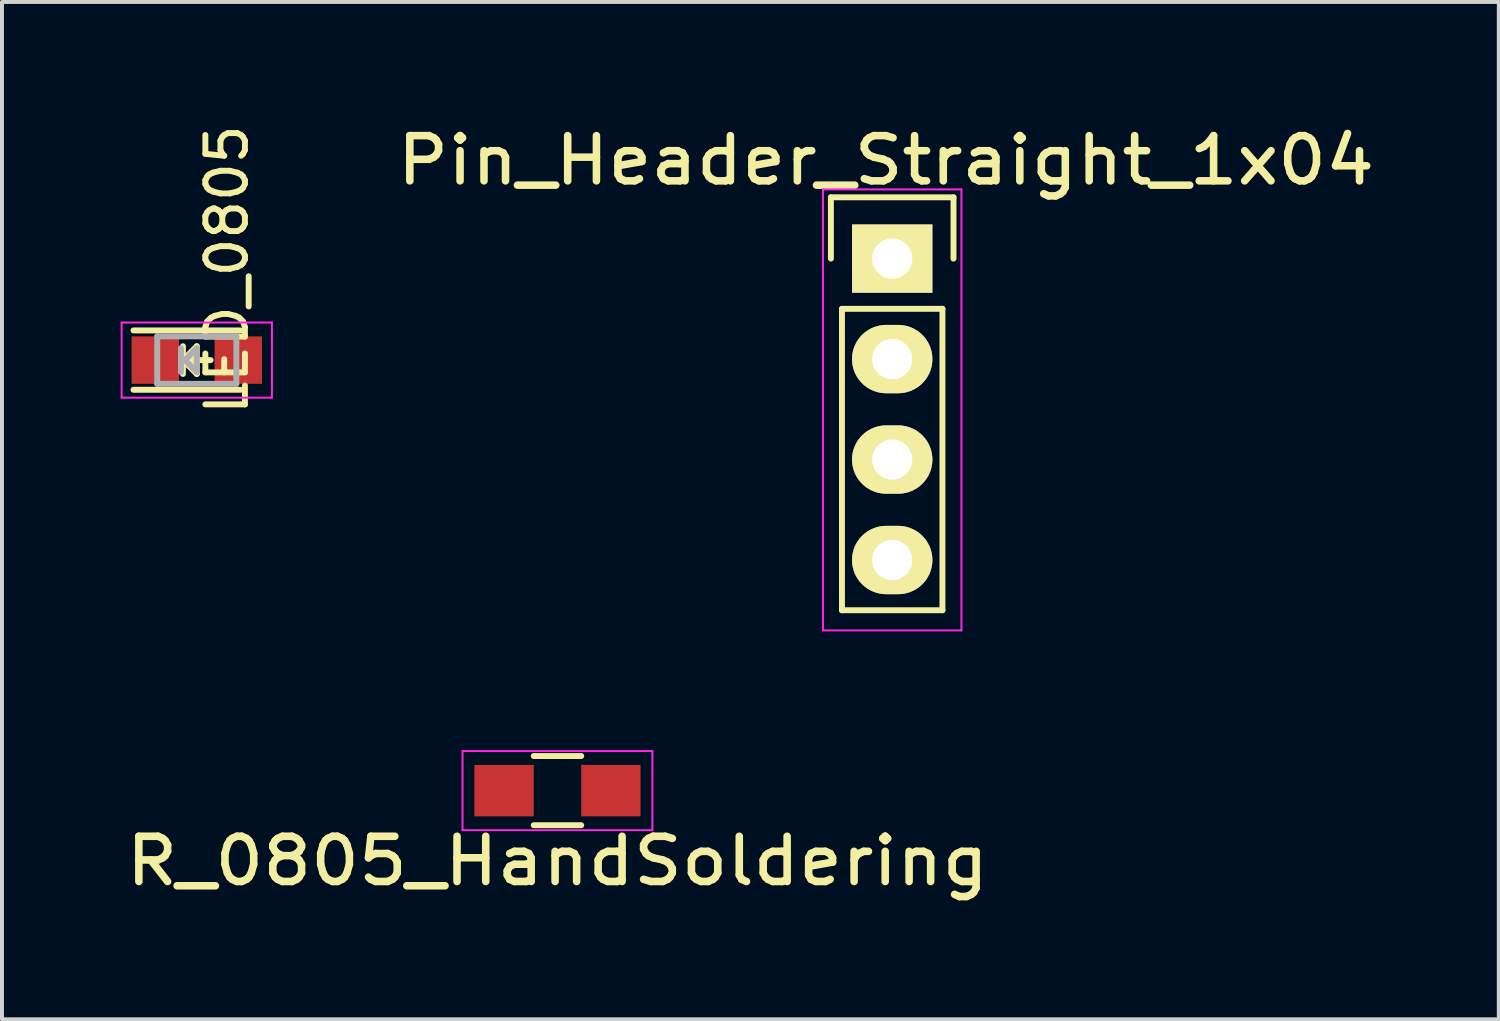
<source format=kicad_pcb>
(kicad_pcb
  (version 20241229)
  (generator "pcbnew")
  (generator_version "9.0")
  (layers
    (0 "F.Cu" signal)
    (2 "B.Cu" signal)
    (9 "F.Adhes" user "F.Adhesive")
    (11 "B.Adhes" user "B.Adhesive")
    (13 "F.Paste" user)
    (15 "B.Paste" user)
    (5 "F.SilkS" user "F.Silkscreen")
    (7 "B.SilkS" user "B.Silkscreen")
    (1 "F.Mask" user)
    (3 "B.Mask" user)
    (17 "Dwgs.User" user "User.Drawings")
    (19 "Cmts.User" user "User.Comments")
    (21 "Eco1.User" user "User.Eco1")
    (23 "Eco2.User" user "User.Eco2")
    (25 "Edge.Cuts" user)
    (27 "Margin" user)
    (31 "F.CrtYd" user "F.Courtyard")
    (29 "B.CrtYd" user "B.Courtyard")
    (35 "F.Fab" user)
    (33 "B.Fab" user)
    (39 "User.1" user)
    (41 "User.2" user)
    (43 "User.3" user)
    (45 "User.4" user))
  (footprint "LED_0805"
    (layer "F.Cu")
    (at 1.925 6.054)
    (property "Reference" "LED_0805" (at 0.762 -2.286 90) (layer "F.SilkS") (effects (font (size 1 1) (thickness 0.15))))
    (attr smd)
    (fp_line (start -1.6 -0.75) (end 1.1 -0.75) (stroke (width 0.15) (type solid)) (layer "F.SilkS"))
    (fp_line (start -1.6 0.75) (end 1.1 0.75) (stroke (width 0.15) (type solid)) (layer "F.SilkS"))
    (fp_line (start -0.35 -0.35) (end -0.35 0.35) (stroke (width 0.15) (type solid)) (layer "F.SilkS"))
    (fp_line (start -0.35 0) (end 0 -0.35) (stroke (width 0.15) (type solid)) (layer "F.SilkS"))
    (fp_line (start -0.1 -0.1) (end -0.25 0.05) (stroke (width 0.15) (type solid)) (layer "F.SilkS"))
    (fp_line (start -0.1 0.15) (end -0.1 -0.1) (stroke (width 0.15) (type solid)) (layer "F.SilkS"))
    (fp_line (start 0 -0.35) (end 0 0.35) (stroke (width 0.15) (type solid)) (layer "F.SilkS"))
    (fp_line (start 0 0) (end 0.35 0) (stroke (width 0.15) (type solid)) (layer "F.SilkS"))
    (fp_line (start 0 0.35) (end -0.35 0) (stroke (width 0.15) (type solid)) (layer "F.SilkS"))
    (fp_line (start -1.9 -0.95) (end 1.9 -0.95) (stroke (width 0.05) (type solid)) (layer "F.CrtYd"))
    (fp_line (start -1.9 0.95) (end -1.9 -0.95) (stroke (width 0.05) (type solid)) (layer "F.CrtYd"))
    (fp_line (start 1.9 -0.95) (end 1.9 0.95) (stroke (width 0.05) (type solid)) (layer "F.CrtYd"))
    (fp_line (start 1.9 0.95) (end -1.9 0.95) (stroke (width 0.05) (type solid)) (layer "F.CrtYd"))
    (fp_line (start -1 -0.6) (end -1 0.6) (stroke (width 0.15) (type solid)) (layer "F.Fab"))
    (fp_line (start -1 0.6) (end 1 0.6) (stroke (width 0.15) (type solid)) (layer "F.Fab"))
    (fp_line (start -0.4 -0.3) (end -0.4 0.3) (stroke (width 0.15) (type solid)) (layer "F.Fab"))
    (fp_line (start -0.3 0) (end 0 -0.3) (stroke (width 0.15) (type solid)) (layer "F.Fab"))
    (fp_line (start 0 -0.3) (end 0 0.3) (stroke (width 0.15) (type solid)) (layer "F.Fab"))
    (fp_line (start 0 0.3) (end -0.3 0) (stroke (width 0.15) (type solid)) (layer "F.Fab"))
    (fp_line (start 1 -0.6) (end -1 -0.6) (stroke (width 0.15) (type solid)) (layer "F.Fab"))
    (fp_line (start 1 0.6) (end 1 -0.6) (stroke (width 0.15) (type solid)) (layer "F.Fab"))
    (pad "1" smd rect (at -1.049 0 180) (size 1.199 1.199) (layers "F.Cu" "F.Mask"))
    (pad "2" smd rect (at 1.049 0 180) (size 1.199 1.199) (layers "F.Cu" "F.Mask")))
  (footprint "Pin_Header_Straight_1x04"
    (layer "F.Cu")
    (at 19.506 3.488)
    (property "Reference" "Pin_Header_Straight_1x04" (at -0.16 -2.485 0) (layer "F.SilkS") (effects (font (size 1.143 1.27) (thickness 0.191))))
    (attr through_hole)
    (fp_line (start -1.55 -1.55) (end 1.55 -1.55) (stroke (width 0.15) (type solid)) (layer "F.SilkS"))
    (fp_line (start -1.55 0) (end -1.55 -1.55) (stroke (width 0.15) (type solid)) (layer "F.SilkS"))
    (fp_line (start -1.27 1.27) (end -1.27 8.89) (stroke (width 0.15) (type solid)) (layer "F.SilkS"))
    (fp_line (start -1.27 8.89) (end 1.27 8.89) (stroke (width 0.15) (type solid)) (layer "F.SilkS"))
    (fp_line (start 1.27 1.27) (end -1.27 1.27) (stroke (width 0.15) (type solid)) (layer "F.SilkS"))
    (fp_line (start 1.27 1.27) (end 1.27 8.89) (stroke (width 0.15) (type solid)) (layer "F.SilkS"))
    (fp_line (start 1.55 -1.55) (end 1.55 0) (stroke (width 0.15) (type solid)) (layer "F.SilkS"))
    (fp_line (start -1.75 -1.75) (end -1.75 9.4) (stroke (width 0.05) (type solid)) (layer "F.CrtYd"))
    (fp_line (start -1.75 -1.75) (end 1.75 -1.75) (stroke (width 0.05) (type solid)) (layer "F.CrtYd"))
    (fp_line (start -1.75 9.4) (end 1.75 9.4) (stroke (width 0.05) (type solid)) (layer "F.CrtYd"))
    (fp_line (start 1.75 -1.75) (end 1.75 9.4) (stroke (width 0.05) (type solid)) (layer "F.CrtYd"))
    (pad "1" thru_hole rect (at 0 0) (size 2.032 1.727) (drill 1.016) (layers "*.Cu" "*.Mask" "F.SilkS"))
    (pad "2" thru_hole oval (at 0 2.54) (size 2.032 1.727) (drill 1.016) (layers "*.Cu" "*.Mask" "F.SilkS"))
    (pad "3" thru_hole oval (at 0 5.08) (size 2.032 1.727) (drill 1.016) (layers "*.Cu" "*.Mask" "F.SilkS"))
    (pad "4" thru_hole oval (at 0 7.62) (size 2.032 1.727) (drill 1.016) (layers "*.Cu" "*.Mask" "F.SilkS")))
  (footprint "R_0805_HandSoldering"
    (layer "F.Cu")
    (at 11.044 16.938)
    (property "Reference" "R_0805_HandSoldering" (at 0 1.778 0) (layer "F.SilkS") (effects (font (size 1.143 1.27) (thickness 0.191))))
    (attr smd)
    (fp_line (start -0.6 -0.875) (end 0.6 -0.875) (stroke (width 0.15) (type solid)) (layer "F.SilkS"))
    (fp_line (start 0.6 0.875) (end -0.6 0.875) (stroke (width 0.15) (type solid)) (layer "F.SilkS"))
    (fp_line (start -2.4 -1) (end -2.4 1) (stroke (width 0.05) (type solid)) (layer "F.CrtYd"))
    (fp_line (start -2.4 -1) (end 2.4 -1) (stroke (width 0.05) (type solid)) (layer "F.CrtYd"))
    (fp_line (start -2.4 1) (end 2.4 1) (stroke (width 0.05) (type solid)) (layer "F.CrtYd"))
    (fp_line (start 2.4 -1) (end 2.4 1) (stroke (width 0.05) (type solid)) (layer "F.CrtYd"))
    (pad "1" smd rect (at -1.35 0) (size 1.5 1.3) (layers "F.Cu" "F.Mask"))
    (pad "2" smd rect (at 1.35 0) (size 1.5 1.3) (layers "F.Cu" "F.Mask")))
  (gr_rect
    (start -3 -3)
    (end 34.842 22.719)
    (stroke (width 0.1) (type default))
    (fill no)
    (layer "Edge.Cuts")))
</source>
